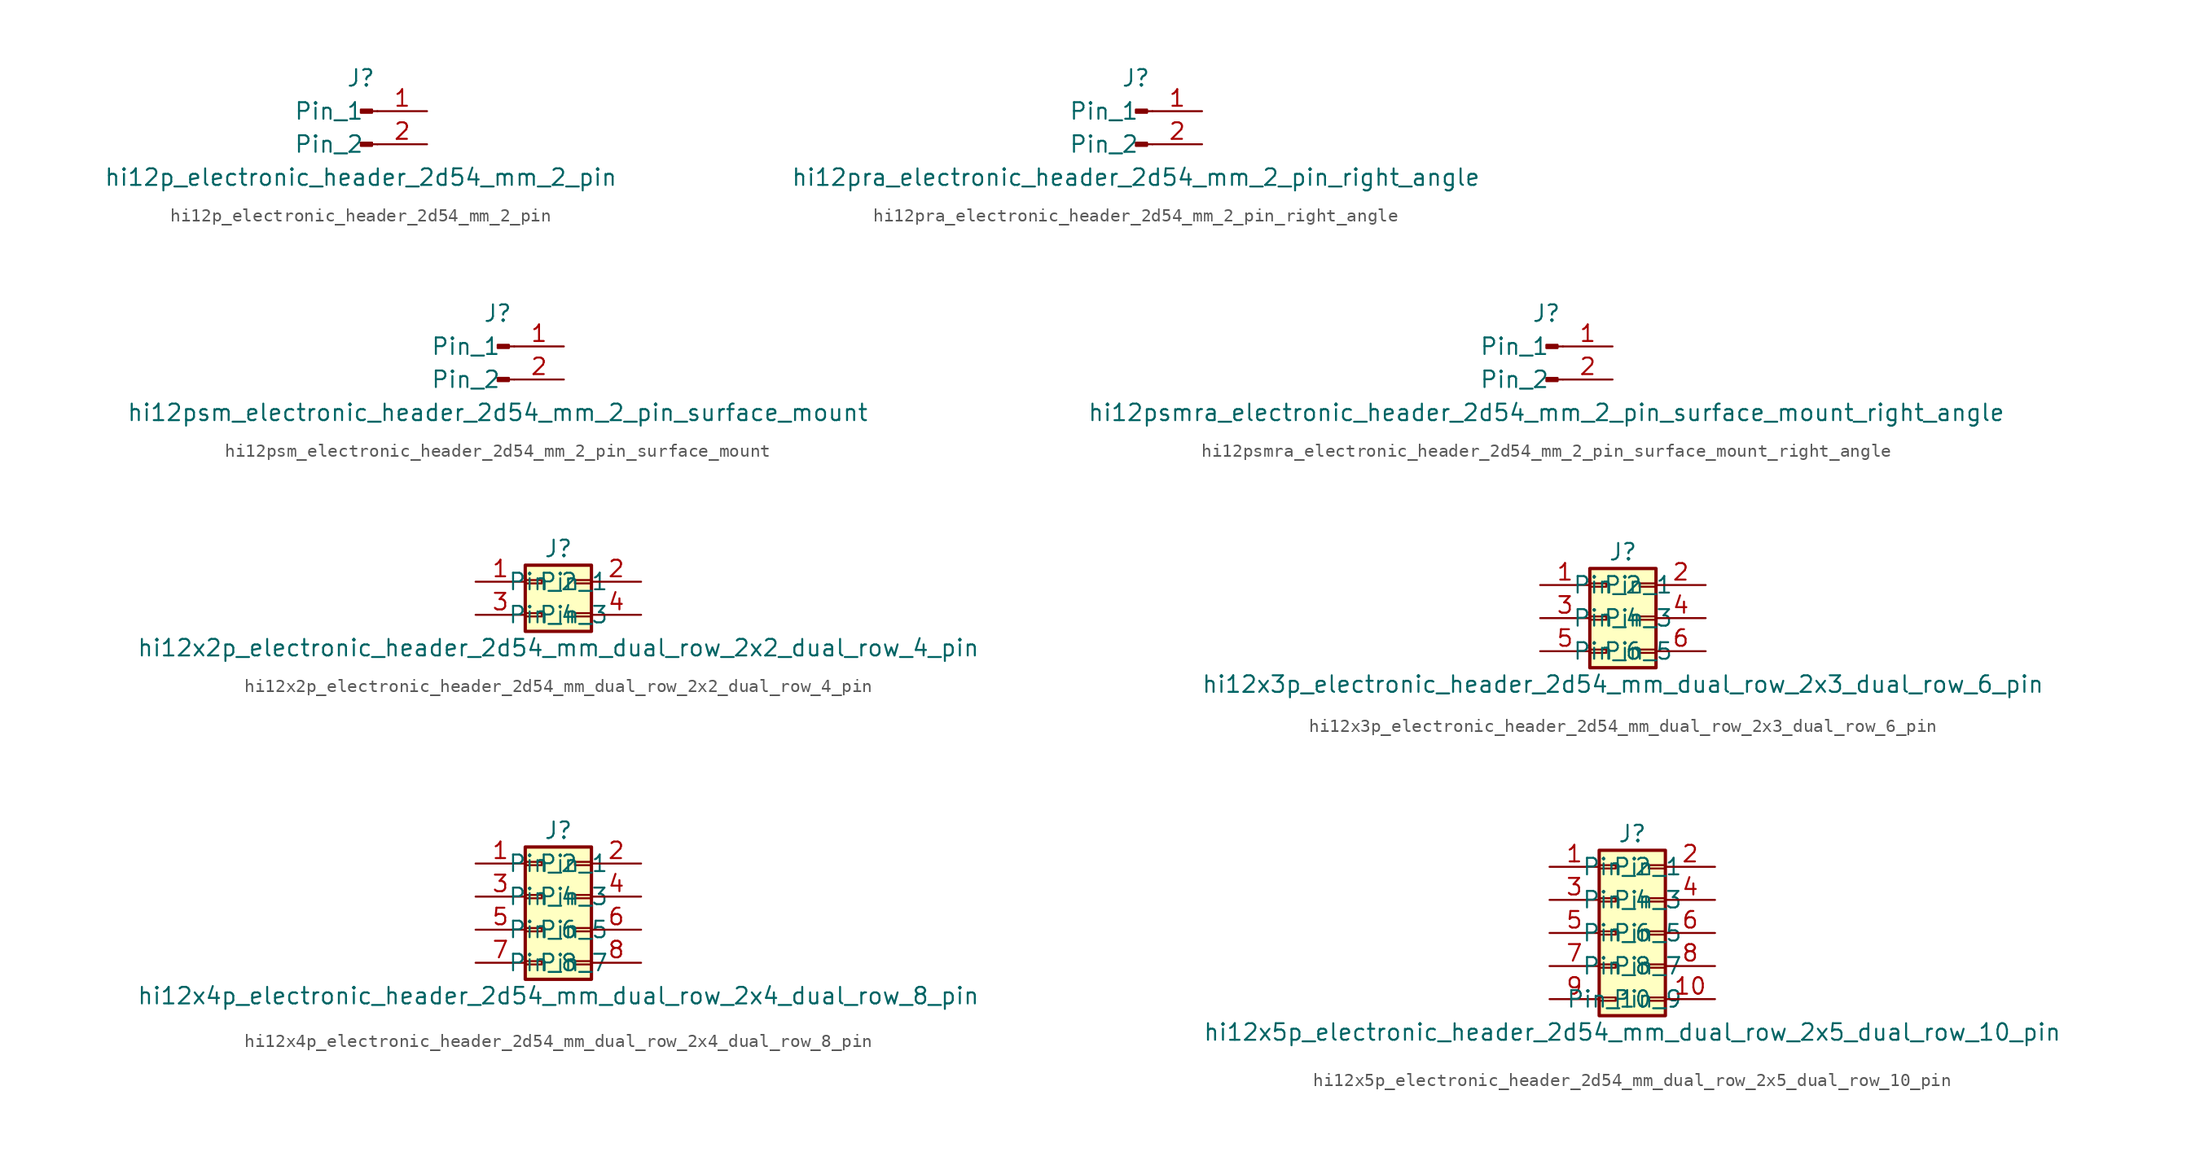
<source format=kicad_sym>
(kicad_symbol_lib
  (version 20220914)
  (generator kicad_symbol_editor)
  (symbol "hi12p_electronic_header_2d54_mm_2_pin"
    (pin_names
      (offset 1.016))
    (property "Reference" "J"
      (at 0 2.54 0)
      (effects (font (size 1.27 1.27))))
    (property "Value" "hi12p_electronic_header_2d54_mm_2_pin"
      (at 0 -5.08 0)
      (effects (font (size 1.27 1.27))))
    (property "ki_locked" ""
      (at 0 0 0)
      (effects (font (size 1.27 1.27))))
    (symbol "hi12p_electronic_header_2d54_mm_2_pin_1_1"
      (polyline (pts (xy 1.27 -2.54) (xy 0.864 -2.54)) (stroke (width 0.152) (type default)) (fill (type none)))
      (polyline (pts (xy 1.27 0) (xy 0.864 0)) (stroke (width 0.152) (type default)) (fill (type none)))
      (rectangle (start 0.864 -2.413) (end 0 -2.667) (stroke (width 0.152) (type default)) (fill (type outline)))
      (rectangle (start 0.864 0.127) (end 0 -0.127) (stroke (width 0.152) (type default)) (fill (type outline)))
      (pin passive line (at 5.08 0 180) (length 3.81) (name "Pin_1" (effects (font (size 1.27 1.27)))) (number "1" (effects (font (size 1.27 1.27)))))
      (pin passive line (at 5.08 -2.54 180) (length 3.81) (name "Pin_2" (effects (font (size 1.27 1.27)))) (number "2" (effects (font (size 1.27 1.27)))))))
  (symbol "hi12pra_electronic_header_2d54_mm_2_pin_right_angle"
    (pin_names
      (offset 1.016))
    (property "Reference" "J"
      (at 0 2.54 0)
      (effects (font (size 1.27 1.27))))
    (property "Value" "hi12pra_electronic_header_2d54_mm_2_pin_right_angle"
      (at 0 -5.08 0)
      (effects (font (size 1.27 1.27))))
    (property "ki_locked" ""
      (at 0 0 0)
      (effects (font (size 1.27 1.27))))
    (symbol "hi12pra_electronic_header_2d54_mm_2_pin_right_angle_1_1"
      (polyline (pts (xy 1.27 -2.54) (xy 0.864 -2.54)) (stroke (width 0.152) (type default)) (fill (type none)))
      (polyline (pts (xy 1.27 0) (xy 0.864 0)) (stroke (width 0.152) (type default)) (fill (type none)))
      (rectangle (start 0.864 -2.413) (end 0 -2.667) (stroke (width 0.152) (type default)) (fill (type outline)))
      (rectangle (start 0.864 0.127) (end 0 -0.127) (stroke (width 0.152) (type default)) (fill (type outline)))
      (pin passive line (at 5.08 0 180) (length 3.81) (name "Pin_1" (effects (font (size 1.27 1.27)))) (number "1" (effects (font (size 1.27 1.27)))))
      (pin passive line (at 5.08 -2.54 180) (length 3.81) (name "Pin_2" (effects (font (size 1.27 1.27)))) (number "2" (effects (font (size 1.27 1.27)))))))
  (symbol "hi12psm_electronic_header_2d54_mm_2_pin_surface_mount"
    (pin_names
      (offset 1.016))
    (property "Reference" "J"
      (at 0 2.54 0)
      (effects (font (size 1.27 1.27))))
    (property "Value" "hi12psm_electronic_header_2d54_mm_2_pin_surface_mount"
      (at 0 -5.08 0)
      (effects (font (size 1.27 1.27))))
    (property "ki_locked" ""
      (at 0 0 0)
      (effects (font (size 1.27 1.27))))
    (symbol "hi12psm_electronic_header_2d54_mm_2_pin_surface_mount_1_1"
      (polyline (pts (xy 1.27 -2.54) (xy 0.864 -2.54)) (stroke (width 0.152) (type default)) (fill (type none)))
      (polyline (pts (xy 1.27 0) (xy 0.864 0)) (stroke (width 0.152) (type default)) (fill (type none)))
      (rectangle (start 0.864 -2.413) (end 0 -2.667) (stroke (width 0.152) (type default)) (fill (type outline)))
      (rectangle (start 0.864 0.127) (end 0 -0.127) (stroke (width 0.152) (type default)) (fill (type outline)))
      (pin passive line (at 5.08 0 180) (length 3.81) (name "Pin_1" (effects (font (size 1.27 1.27)))) (number "1" (effects (font (size 1.27 1.27)))))
      (pin passive line (at 5.08 -2.54 180) (length 3.81) (name "Pin_2" (effects (font (size 1.27 1.27)))) (number "2" (effects (font (size 1.27 1.27)))))))
  (symbol "hi12psmra_electronic_header_2d54_mm_2_pin_surface_mount_right_angle"
    (pin_names
      (offset 1.016))
    (property "Reference" "J"
      (at 0 2.54 0)
      (effects (font (size 1.27 1.27))))
    (property "Value" "hi12psmra_electronic_header_2d54_mm_2_pin_surface_mount_right_angle"
      (at 0 -5.08 0)
      (effects (font (size 1.27 1.27))))
    (property "ki_locked" ""
      (at 0 0 0)
      (effects (font (size 1.27 1.27))))
    (symbol "hi12psmra_electronic_header_2d54_mm_2_pin_surface_mount_right_angle_1_1"
      (polyline (pts (xy 1.27 -2.54) (xy 0.864 -2.54)) (stroke (width 0.152) (type default)) (fill (type none)))
      (polyline (pts (xy 1.27 0) (xy 0.864 0)) (stroke (width 0.152) (type default)) (fill (type none)))
      (rectangle (start 0.864 -2.413) (end 0 -2.667) (stroke (width 0.152) (type default)) (fill (type outline)))
      (rectangle (start 0.864 0.127) (end 0 -0.127) (stroke (width 0.152) (type default)) (fill (type outline)))
      (pin passive line (at 5.08 0 180) (length 3.81) (name "Pin_1" (effects (font (size 1.27 1.27)))) (number "1" (effects (font (size 1.27 1.27)))))
      (pin passive line (at 5.08 -2.54 180) (length 3.81) (name "Pin_2" (effects (font (size 1.27 1.27)))) (number "2" (effects (font (size 1.27 1.27)))))))
  (symbol "hi12x2p_electronic_header_2d54_mm_dual_row_2x2_dual_row_4_pin"
    (pin_names
      (offset 1.016))
    (property "Reference" "J"
      (at 1.27 2.54 0)
      (effects (font (size 1.27 1.27))))
    (property "Value" "hi12x2p_electronic_header_2d54_mm_dual_row_2x2_dual_row_4_pin"
      (at 1.27 -5.08 0)
      (effects (font (size 1.27 1.27))))
    (symbol "hi12x2p_electronic_header_2d54_mm_dual_row_2x2_dual_row_4_pin_1_1"
      (rectangle (start -1.27 -2.413) (end 0 -2.667) (stroke (width 0.152) (type default)) (fill (type none)))
      (rectangle (start -1.27 0.127) (end 0 -0.127) (stroke (width 0.152) (type default)) (fill (type none)))
      (rectangle (start -1.27 1.27) (end 3.81 -3.81) (stroke (width 0.254) (type default)) (fill (type background)))
      (rectangle (start 3.81 -2.413) (end 2.54 -2.667) (stroke (width 0.152) (type default)) (fill (type none)))
      (rectangle (start 3.81 0.127) (end 2.54 -0.127) (stroke (width 0.152) (type default)) (fill (type none)))
      (pin passive line (at -5.08 0 0) (length 3.81) (name "Pin_1" (effects (font (size 1.27 1.27)))) (number "1" (effects (font (size 1.27 1.27)))))
      (pin passive line (at 7.62 0 180) (length 3.81) (name "Pin_2" (effects (font (size 1.27 1.27)))) (number "2" (effects (font (size 1.27 1.27)))))
      (pin passive line (at -5.08 -2.54 0) (length 3.81) (name "Pin_3" (effects (font (size 1.27 1.27)))) (number "3" (effects (font (size 1.27 1.27)))))
      (pin passive line (at 7.62 -2.54 180) (length 3.81) (name "Pin_4" (effects (font (size 1.27 1.27)))) (number "4" (effects (font (size 1.27 1.27)))))))
  (symbol "hi12x3p_electronic_header_2d54_mm_dual_row_2x3_dual_row_6_pin"
    (pin_names
      (offset 1.016))
    (property "Reference" "J"
      (at 1.27 5.08 0)
      (effects (font (size 1.27 1.27))))
    (property "Value" "hi12x3p_electronic_header_2d54_mm_dual_row_2x3_dual_row_6_pin"
      (at 1.27 -5.08 0)
      (effects (font (size 1.27 1.27))))
    (symbol "hi12x3p_electronic_header_2d54_mm_dual_row_2x3_dual_row_6_pin_1_1"
      (rectangle (start -1.27 -2.413) (end 0 -2.667) (stroke (width 0.152) (type default)) (fill (type none)))
      (rectangle (start -1.27 0.127) (end 0 -0.127) (stroke (width 0.152) (type default)) (fill (type none)))
      (rectangle (start -1.27 2.667) (end 0 2.413) (stroke (width 0.152) (type default)) (fill (type none)))
      (rectangle (start -1.27 3.81) (end 3.81 -3.81) (stroke (width 0.254) (type default)) (fill (type background)))
      (rectangle (start 3.81 -2.413) (end 2.54 -2.667) (stroke (width 0.152) (type default)) (fill (type none)))
      (rectangle (start 3.81 0.127) (end 2.54 -0.127) (stroke (width 0.152) (type default)) (fill (type none)))
      (rectangle (start 3.81 2.667) (end 2.54 2.413) (stroke (width 0.152) (type default)) (fill (type none)))
      (pin passive line (at -5.08 2.54 0) (length 3.81) (name "Pin_1" (effects (font (size 1.27 1.27)))) (number "1" (effects (font (size 1.27 1.27)))))
      (pin passive line (at 7.62 2.54 180) (length 3.81) (name "Pin_2" (effects (font (size 1.27 1.27)))) (number "2" (effects (font (size 1.27 1.27)))))
      (pin passive line (at -5.08 0 0) (length 3.81) (name "Pin_3" (effects (font (size 1.27 1.27)))) (number "3" (effects (font (size 1.27 1.27)))))
      (pin passive line (at 7.62 0 180) (length 3.81) (name "Pin_4" (effects (font (size 1.27 1.27)))) (number "4" (effects (font (size 1.27 1.27)))))
      (pin passive line (at -5.08 -2.54 0) (length 3.81) (name "Pin_5" (effects (font (size 1.27 1.27)))) (number "5" (effects (font (size 1.27 1.27)))))
      (pin passive line (at 7.62 -2.54 180) (length 3.81) (name "Pin_6" (effects (font (size 1.27 1.27)))) (number "6" (effects (font (size 1.27 1.27)))))))
  (symbol "hi12x4p_electronic_header_2d54_mm_dual_row_2x4_dual_row_8_pin"
    (pin_names
      (offset 1.016))
    (property "Reference" "J"
      (at 1.27 5.08 0)
      (effects (font (size 1.27 1.27))))
    (property "Value" "hi12x4p_electronic_header_2d54_mm_dual_row_2x4_dual_row_8_pin"
      (at 1.27 -7.62 0)
      (effects (font (size 1.27 1.27))))
    (symbol "hi12x4p_electronic_header_2d54_mm_dual_row_2x4_dual_row_8_pin_1_1"
      (rectangle (start -1.27 -4.953) (end 0 -5.207) (stroke (width 0.152) (type default)) (fill (type none)))
      (rectangle (start -1.27 -2.413) (end 0 -2.667) (stroke (width 0.152) (type default)) (fill (type none)))
      (rectangle (start -1.27 0.127) (end 0 -0.127) (stroke (width 0.152) (type default)) (fill (type none)))
      (rectangle (start -1.27 2.667) (end 0 2.413) (stroke (width 0.152) (type default)) (fill (type none)))
      (rectangle (start -1.27 3.81) (end 3.81 -6.35) (stroke (width 0.254) (type default)) (fill (type background)))
      (rectangle (start 3.81 -4.953) (end 2.54 -5.207) (stroke (width 0.152) (type default)) (fill (type none)))
      (rectangle (start 3.81 -2.413) (end 2.54 -2.667) (stroke (width 0.152) (type default)) (fill (type none)))
      (rectangle (start 3.81 0.127) (end 2.54 -0.127) (stroke (width 0.152) (type default)) (fill (type none)))
      (rectangle (start 3.81 2.667) (end 2.54 2.413) (stroke (width 0.152) (type default)) (fill (type none)))
      (pin passive line (at -5.08 2.54 0) (length 3.81) (name "Pin_1" (effects (font (size 1.27 1.27)))) (number "1" (effects (font (size 1.27 1.27)))))
      (pin passive line (at 7.62 2.54 180) (length 3.81) (name "Pin_2" (effects (font (size 1.27 1.27)))) (number "2" (effects (font (size 1.27 1.27)))))
      (pin passive line (at -5.08 0 0) (length 3.81) (name "Pin_3" (effects (font (size 1.27 1.27)))) (number "3" (effects (font (size 1.27 1.27)))))
      (pin passive line (at 7.62 0 180) (length 3.81) (name "Pin_4" (effects (font (size 1.27 1.27)))) (number "4" (effects (font (size 1.27 1.27)))))
      (pin passive line (at -5.08 -2.54 0) (length 3.81) (name "Pin_5" (effects (font (size 1.27 1.27)))) (number "5" (effects (font (size 1.27 1.27)))))
      (pin passive line (at 7.62 -2.54 180) (length 3.81) (name "Pin_6" (effects (font (size 1.27 1.27)))) (number "6" (effects (font (size 1.27 1.27)))))
      (pin passive line (at -5.08 -5.08 0) (length 3.81) (name "Pin_7" (effects (font (size 1.27 1.27)))) (number "7" (effects (font (size 1.27 1.27)))))
      (pin passive line (at 7.62 -5.08 180) (length 3.81) (name "Pin_8" (effects (font (size 1.27 1.27)))) (number "8" (effects (font (size 1.27 1.27)))))))
  (symbol "hi12x5p_electronic_header_2d54_mm_dual_row_2x5_dual_row_10_pin"
    (pin_names
      (offset 1.016))
    (property "Reference" "J"
      (at 1.27 7.62 0)
      (effects (font (size 1.27 1.27))))
    (property "Value" "hi12x5p_electronic_header_2d54_mm_dual_row_2x5_dual_row_10_pin"
      (at 1.27 -7.62 0)
      (effects (font (size 1.27 1.27))))
    (symbol "hi12x5p_electronic_header_2d54_mm_dual_row_2x5_dual_row_10_pin_1_1"
      (rectangle (start -1.27 -4.953) (end 0 -5.207) (stroke (width 0.152) (type default)) (fill (type none)))
      (rectangle (start -1.27 -2.413) (end 0 -2.667) (stroke (width 0.152) (type default)) (fill (type none)))
      (rectangle (start -1.27 0.127) (end 0 -0.127) (stroke (width 0.152) (type default)) (fill (type none)))
      (rectangle (start -1.27 2.667) (end 0 2.413) (stroke (width 0.152) (type default)) (fill (type none)))
      (rectangle (start -1.27 5.207) (end 0 4.953) (stroke (width 0.152) (type default)) (fill (type none)))
      (rectangle (start -1.27 6.35) (end 3.81 -6.35) (stroke (width 0.254) (type default)) (fill (type background)))
      (rectangle (start 3.81 -4.953) (end 2.54 -5.207) (stroke (width 0.152) (type default)) (fill (type none)))
      (rectangle (start 3.81 -2.413) (end 2.54 -2.667) (stroke (width 0.152) (type default)) (fill (type none)))
      (rectangle (start 3.81 0.127) (end 2.54 -0.127) (stroke (width 0.152) (type default)) (fill (type none)))
      (rectangle (start 3.81 2.667) (end 2.54 2.413) (stroke (width 0.152) (type default)) (fill (type none)))
      (rectangle (start 3.81 5.207) (end 2.54 4.953) (stroke (width 0.152) (type default)) (fill (type none)))
      (pin passive line (at -5.08 5.08 0) (length 3.81) (name "Pin_1" (effects (font (size 1.27 1.27)))) (number "1" (effects (font (size 1.27 1.27)))))
      (pin passive line (at 7.62 -5.08 180) (length 3.81) (name "Pin_10" (effects (font (size 1.27 1.27)))) (number "10" (effects (font (size 1.27 1.27)))))
      (pin passive line (at 7.62 5.08 180) (length 3.81) (name "Pin_2" (effects (font (size 1.27 1.27)))) (number "2" (effects (font (size 1.27 1.27)))))
      (pin passive line (at -5.08 2.54 0) (length 3.81) (name "Pin_3" (effects (font (size 1.27 1.27)))) (number "3" (effects (font (size 1.27 1.27)))))
      (pin passive line (at 7.62 2.54 180) (length 3.81) (name "Pin_4" (effects (font (size 1.27 1.27)))) (number "4" (effects (font (size 1.27 1.27)))))
      (pin passive line (at -5.08 0 0) (length 3.81) (name "Pin_5" (effects (font (size 1.27 1.27)))) (number "5" (effects (font (size 1.27 1.27)))))
      (pin passive line (at 7.62 0 180) (length 3.81) (name "Pin_6" (effects (font (size 1.27 1.27)))) (number "6" (effects (font (size 1.27 1.27)))))
      (pin passive line (at -5.08 -2.54 0) (length 3.81) (name "Pin_7" (effects (font (size 1.27 1.27)))) (number "7" (effects (font (size 1.27 1.27)))))
      (pin passive line (at 7.62 -2.54 180) (length 3.81) (name "Pin_8" (effects (font (size 1.27 1.27)))) (number "8" (effects (font (size 1.27 1.27)))))
      (pin passive line (at -5.08 -5.08 0) (length 3.81) (name "Pin_9" (effects (font (size 1.27 1.27)))) (number "9" (effects (font (size 1.27 1.27))))))))
</source>
